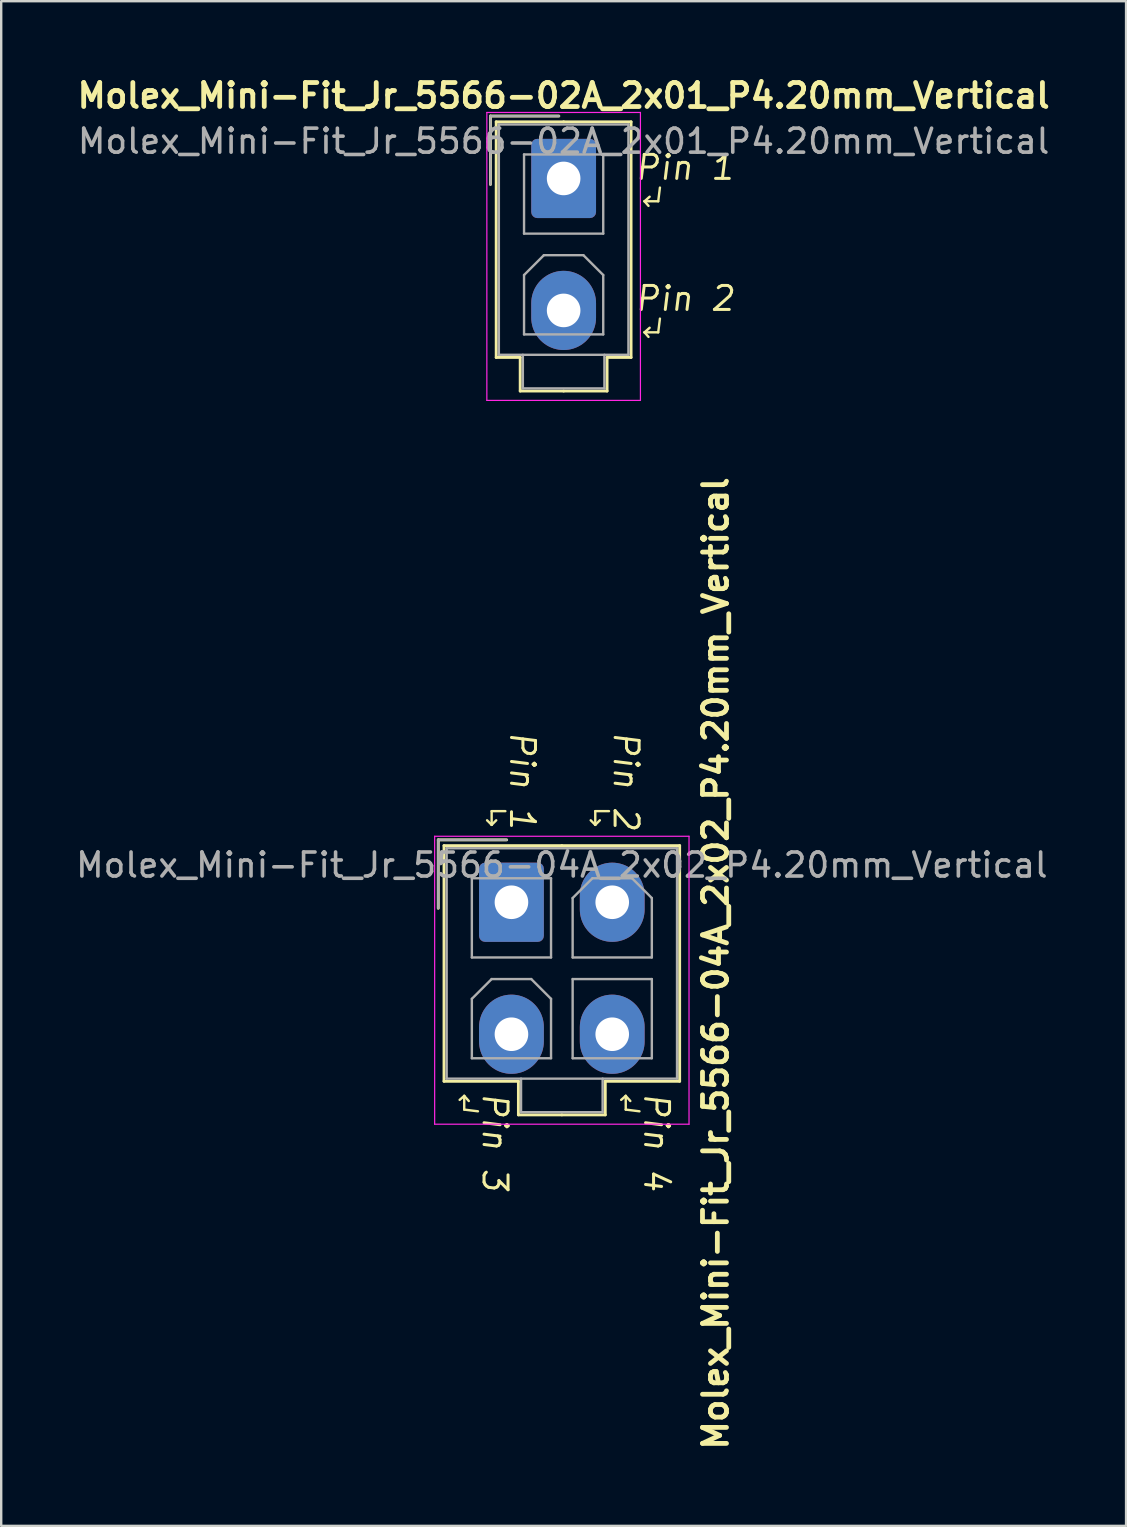
<source format=kicad_pcb>
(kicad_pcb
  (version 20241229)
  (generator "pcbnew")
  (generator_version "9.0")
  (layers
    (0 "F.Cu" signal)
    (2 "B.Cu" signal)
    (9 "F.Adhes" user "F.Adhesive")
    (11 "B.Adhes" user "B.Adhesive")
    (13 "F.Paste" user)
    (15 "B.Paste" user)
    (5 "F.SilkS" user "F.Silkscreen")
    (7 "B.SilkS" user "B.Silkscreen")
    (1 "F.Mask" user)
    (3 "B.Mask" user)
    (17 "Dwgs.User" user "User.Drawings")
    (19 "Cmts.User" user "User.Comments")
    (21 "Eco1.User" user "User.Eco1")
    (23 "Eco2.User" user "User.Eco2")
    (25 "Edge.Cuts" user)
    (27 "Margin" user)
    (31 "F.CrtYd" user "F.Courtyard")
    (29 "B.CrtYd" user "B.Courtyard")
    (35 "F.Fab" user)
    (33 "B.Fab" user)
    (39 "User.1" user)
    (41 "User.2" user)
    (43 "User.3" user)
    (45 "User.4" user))
  (footprint "Molex_Mini-Fit_Jr_5566-04A_2x02_P4.20mm_Vertical"
    (layer "F.Cu")
    (at 18.263 34.549)
    (property "Reference" "Molex_Mini-Fit_Jr_5566-04A_2x02_P4.20mm_Vertical" (at 8.509 2.55 270) (layer "F.SilkS") (effects (font (size 1 1) (thickness 0.2) (bold yes))))
    (attr through_hole)
    (fp_line (start -3.05 -2.6) (end -3.05 0.25) (stroke (width 0.12) (type solid)) (layer "F.SilkS"))
    (fp_line (start -2.81 -2.36) (end -2.81 7.46) (stroke (width 0.12) (type solid)) (layer "F.SilkS"))
    (fp_line (start -2.81 7.46) (end 0.29 7.46) (stroke (width 0.12) (type solid)) (layer "F.SilkS"))
    (fp_line (start -0.2 -2.6) (end -3.05 -2.6) (stroke (width 0.12) (type solid)) (layer "F.SilkS"))
    (fp_line (start 0.29 7.46) (end 0.29 8.86) (stroke (width 0.12) (type solid)) (layer "F.SilkS"))
    (fp_line (start 0.29 8.86) (end 2.1 8.86) (stroke (width 0.12) (type solid)) (layer "F.SilkS"))
    (fp_line (start 2.1 -2.36) (end -2.81 -2.36) (stroke (width 0.12) (type solid)) (layer "F.SilkS"))
    (fp_line (start 2.1 -2.36) (end 7.01 -2.36) (stroke (width 0.12) (type solid)) (layer "F.SilkS"))
    (fp_line (start 3.91 7.46) (end 3.91 8.86) (stroke (width 0.12) (type solid)) (layer "F.SilkS"))
    (fp_line (start 3.91 8.86) (end 2.1 8.86) (stroke (width 0.12) (type solid)) (layer "F.SilkS"))
    (fp_line (start 7.01 -2.36) (end 7.01 7.46) (stroke (width 0.12) (type solid)) (layer "F.SilkS"))
    (fp_line (start 7.01 7.46) (end 3.91 7.46) (stroke (width 0.12) (type solid)) (layer "F.SilkS"))
    (fp_line (start -3.2 -2.75) (end -3.2 9.25) (stroke (width 0.05) (type solid)) (layer "F.CrtYd"))
    (fp_line (start -3.2 9.25) (end 7.4 9.25) (stroke (width 0.05) (type solid)) (layer "F.CrtYd"))
    (fp_line (start 7.4 -2.75) (end -3.2 -2.75) (stroke (width 0.05) (type solid)) (layer "F.CrtYd"))
    (fp_line (start 7.4 9.25) (end 7.4 -2.75) (stroke (width 0.05) (type solid)) (layer "F.CrtYd"))
    (fp_line (start -3.05 -2.6) (end -3.05 0.25) (stroke (width 0.1) (type solid)) (layer "F.Fab"))
    (fp_line (start -2.7 -2.25) (end -2.7 7.35) (stroke (width 0.1) (type solid)) (layer "F.Fab"))
    (fp_line (start -2.7 7.35) (end 6.9 7.35) (stroke (width 0.1) (type solid)) (layer "F.Fab"))
    (fp_line (start -1.65 -1) (end -1.65 2.3) (stroke (width 0.1) (type solid)) (layer "F.Fab"))
    (fp_line (start -1.65 2.3) (end 1.65 2.3) (stroke (width 0.1) (type solid)) (layer "F.Fab"))
    (fp_line (start -1.65 4.025) (end -0.825 3.2) (stroke (width 0.1) (type solid)) (layer "F.Fab"))
    (fp_line (start -1.65 6.5) (end -1.65 4.025) (stroke (width 0.1) (type solid)) (layer "F.Fab"))
    (fp_line (start -0.825 3.2) (end 0.825 3.2) (stroke (width 0.1) (type solid)) (layer "F.Fab"))
    (fp_line (start -0.2 -2.6) (end -3.05 -2.6) (stroke (width 0.1) (type solid)) (layer "F.Fab"))
    (fp_line (start 0.4 7.35) (end 0.4 8.75) (stroke (width 0.1) (type solid)) (layer "F.Fab"))
    (fp_line (start 0.4 8.75) (end 3.8 8.75) (stroke (width 0.1) (type solid)) (layer "F.Fab"))
    (fp_line (start 0.825 3.2) (end 1.65 4.025) (stroke (width 0.1) (type solid)) (layer "F.Fab"))
    (fp_line (start 1.65 -1) (end -1.65 -1) (stroke (width 0.1) (type solid)) (layer "F.Fab"))
    (fp_line (start 1.65 2.3) (end 1.65 -1) (stroke (width 0.1) (type solid)) (layer "F.Fab"))
    (fp_line (start 1.65 4.025) (end 1.65 6.5) (stroke (width 0.1) (type solid)) (layer "F.Fab"))
    (fp_line (start 1.65 6.5) (end -1.65 6.5) (stroke (width 0.1) (type solid)) (layer "F.Fab"))
    (fp_line (start 2.55 -0.175) (end 3.375 -1) (stroke (width 0.1) (type solid)) (layer "F.Fab"))
    (fp_line (start 2.55 2.3) (end 2.55 -0.175) (stroke (width 0.1) (type solid)) (layer "F.Fab"))
    (fp_line (start 2.55 3.2) (end 2.55 6.5) (stroke (width 0.1) (type solid)) (layer "F.Fab"))
    (fp_line (start 2.55 6.5) (end 5.85 6.5) (stroke (width 0.1) (type solid)) (layer "F.Fab"))
    (fp_line (start 3.375 -1) (end 5.025 -1) (stroke (width 0.1) (type solid)) (layer "F.Fab"))
    (fp_line (start 3.8 8.75) (end 3.8 7.35) (stroke (width 0.1) (type solid)) (layer "F.Fab"))
    (fp_line (start 5.025 -1) (end 5.85 -0.175) (stroke (width 0.1) (type solid)) (layer "F.Fab"))
    (fp_line (start 5.85 -0.175) (end 5.85 2.3) (stroke (width 0.1) (type solid)) (layer "F.Fab"))
    (fp_line (start 5.85 2.3) (end 2.55 2.3) (stroke (width 0.1) (type solid)) (layer "F.Fab"))
    (fp_line (start 5.85 3.2) (end 2.55 3.2) (stroke (width 0.1) (type solid)) (layer "F.Fab"))
    (fp_line (start 5.85 6.5) (end 5.85 3.2) (stroke (width 0.1) (type solid)) (layer "F.Fab"))
    (fp_line (start 6.9 -2.25) (end -2.7 -2.25) (stroke (width 0.1) (type solid)) (layer "F.Fab"))
    (fp_line (start 6.9 7.35) (end 6.9 -2.25) (stroke (width 0.1) (type solid)) (layer "F.Fab"))
    (fp_text user "Pin 1" (at -0.127 -2.921 270) (unlocked yes) (layer "F.SilkS") (effects (font (size 1 1) (thickness 0.125) (italic yes)) (justify right bottom)))
    (fp_text user "↲" (at -2.286 7.747 270) (unlocked yes) (layer "F.SilkS") (effects (font (size 1 1) (thickness 0.1) (italic yes)) (justify left bottom)))
    (fp_text user "↳" (at -1.143 -2.921 270) (unlocked yes) (layer "F.SilkS") (effects (font (size 1 1) (thickness 0.1)) (justify right bottom)))
    (fp_text user "↳" (at 3.175 -2.921 270) (unlocked yes) (layer "F.SilkS") (effects (font (size 1 1) (thickness 0.1)) (justify right bottom)))
    (fp_text user "Pin 3" (at -1.271 7.874 270) (unlocked yes) (layer "F.SilkS") (effects (font (size 1 1) (thickness 0.125) (italic yes)) (justify left bottom)))
    (fp_text user "↲" (at 4.445 7.747 270) (unlocked yes) (layer "F.SilkS") (effects (font (size 1 1) (thickness 0.1) (italic yes)) (justify left bottom)))
    (fp_text user "Pin 4" (at 5.46 7.874 270) (unlocked yes) (layer "F.SilkS") (effects (font (size 1 1) (thickness 0.125) (italic yes)) (justify left bottom)))
    (fp_text user "Pin 2" (at 4.191 -2.921 270) (unlocked yes) (layer "F.SilkS") (effects (font (size 1 1) (thickness 0.125) (italic yes)) (justify right bottom)))
    (fp_text user "${REFERENCE}" (at 2.1 -1.55 0) (layer "F.Fab") (effects (font (size 1 1) (thickness 0.15))))
    (pad "1" thru_hole roundrect (at 0 0) (size 2.7 3.3) (drill 1.4) (layers "*.Cu" "*.Mask") (roundrect_rratio 0.093))
    (pad "2" thru_hole oval (at 4.2 0) (size 2.7 3.3) (drill 1.4) (layers "*.Cu" "*.Mask"))
    (pad "3" thru_hole oval (at 0 5.5) (size 2.7 3.3) (drill 1.4) (layers "*.Cu" "*.Mask"))
    (pad "4" thru_hole oval (at 4.2 5.5) (size 2.7 3.3) (drill 1.4) (layers "*.Cu" "*.Mask")))
  (footprint "Molex_Mini-Fit_Jr_5566-02A_2x01_P4.20mm_Vertical"
    (layer "F.Cu")
    (at 20.438 4.386)
    (property "Reference" "Molex_Mini-Fit_Jr_5566-02A_2x01_P4.20mm_Vertical" (at 0 -3.45 0) (layer "F.SilkS") (effects (font (size 1 1) (thickness 0.2) (bold yes))))
    (attr through_hole)
    (fp_line (start -3.05 -2.6) (end -3.05 0.25) (stroke (width 0.12) (type solid)) (layer "F.SilkS"))
    (fp_line (start -2.81 -2.36) (end -2.81 7.46) (stroke (width 0.12) (type solid)) (layer "F.SilkS"))
    (fp_line (start -2.81 7.46) (end -1.81 7.46) (stroke (width 0.12) (type solid)) (layer "F.SilkS"))
    (fp_line (start -1.81 7.46) (end -1.81 8.86) (stroke (width 0.12) (type solid)) (layer "F.SilkS"))
    (fp_line (start -1.81 8.86) (end 0 8.86) (stroke (width 0.12) (type solid)) (layer "F.SilkS"))
    (fp_line (start -0.2 -2.6) (end -3.05 -2.6) (stroke (width 0.12) (type solid)) (layer "F.SilkS"))
    (fp_line (start 0 -2.36) (end -2.81 -2.36) (stroke (width 0.12) (type solid)) (layer "F.SilkS"))
    (fp_line (start 0 -2.36) (end 2.81 -2.36) (stroke (width 0.12) (type solid)) (layer "F.SilkS"))
    (fp_line (start 1.81 7.46) (end 1.81 8.86) (stroke (width 0.12) (type solid)) (layer "F.SilkS"))
    (fp_line (start 1.81 8.86) (end 0 8.86) (stroke (width 0.12) (type solid)) (layer "F.SilkS"))
    (fp_line (start 2.81 -2.36) (end 2.81 7.46) (stroke (width 0.12) (type solid)) (layer "F.SilkS"))
    (fp_line (start 2.81 7.46) (end 1.81 7.46) (stroke (width 0.12) (type solid)) (layer "F.SilkS"))
    (fp_line (start -3.2 -2.75) (end -3.2 9.25) (stroke (width 0.05) (type solid)) (layer "F.CrtYd"))
    (fp_line (start -3.2 9.25) (end 3.2 9.25) (stroke (width 0.05) (type solid)) (layer "F.CrtYd"))
    (fp_line (start 3.2 -2.75) (end -3.2 -2.75) (stroke (width 0.05) (type solid)) (layer "F.CrtYd"))
    (fp_line (start 3.2 9.25) (end 3.2 -2.75) (stroke (width 0.05) (type solid)) (layer "F.CrtYd"))
    (fp_line (start -3.05 -2.6) (end -3.05 0.25) (stroke (width 0.1) (type solid)) (layer "F.Fab"))
    (fp_line (start -2.7 -2.25) (end -2.7 7.35) (stroke (width 0.1) (type solid)) (layer "F.Fab"))
    (fp_line (start -2.7 7.35) (end 2.7 7.35) (stroke (width 0.1) (type solid)) (layer "F.Fab"))
    (fp_line (start -1.7 7.35) (end -1.7 8.75) (stroke (width 0.1) (type solid)) (layer "F.Fab"))
    (fp_line (start -1.7 8.75) (end 1.7 8.75) (stroke (width 0.1) (type solid)) (layer "F.Fab"))
    (fp_line (start -1.65 -1) (end -1.65 2.3) (stroke (width 0.1) (type solid)) (layer "F.Fab"))
    (fp_line (start -1.65 2.3) (end 1.65 2.3) (stroke (width 0.1) (type solid)) (layer "F.Fab"))
    (fp_line (start -1.65 4.025) (end -0.825 3.2) (stroke (width 0.1) (type solid)) (layer "F.Fab"))
    (fp_line (start -1.65 6.5) (end -1.65 4.025) (stroke (width 0.1) (type solid)) (layer "F.Fab"))
    (fp_line (start -0.825 3.2) (end 0.825 3.2) (stroke (width 0.1) (type solid)) (layer "F.Fab"))
    (fp_line (start -0.2 -2.6) (end -3.05 -2.6) (stroke (width 0.1) (type solid)) (layer "F.Fab"))
    (fp_line (start 0.825 3.2) (end 1.65 4.025) (stroke (width 0.1) (type solid)) (layer "F.Fab"))
    (fp_line (start 1.65 -1) (end -1.65 -1) (stroke (width 0.1) (type solid)) (layer "F.Fab"))
    (fp_line (start 1.65 2.3) (end 1.65 -1) (stroke (width 0.1) (type solid)) (layer "F.Fab"))
    (fp_line (start 1.65 4.025) (end 1.65 6.5) (stroke (width 0.1) (type solid)) (layer "F.Fab"))
    (fp_line (start 1.65 6.5) (end -1.65 6.5) (stroke (width 0.1) (type solid)) (layer "F.Fab"))
    (fp_line (start 1.7 8.75) (end 1.7 7.35) (stroke (width 0.1) (type solid)) (layer "F.Fab"))
    (fp_line (start 2.7 -2.25) (end -2.7 -2.25) (stroke (width 0.1) (type solid)) (layer "F.Fab"))
    (fp_line (start 2.7 7.35) (end 2.7 -2.25) (stroke (width 0.1) (type solid)) (layer "F.Fab"))
    (fp_text user "Pin 2" (at 2.921 5.588 0) (unlocked yes) (layer "F.SilkS") (effects (font (size 1 1) (thickness 0.125) (italic yes)) (justify left bottom)))
    (fp_text user "Pin 1" (at 2.921 0.127 0) (unlocked yes) (layer "F.SilkS") (effects (font (size 1 1) (thickness 0.125) (italic yes)) (justify left bottom)))
    (fp_text user "↲" (at 3.048 6.731 0) (unlocked yes) (layer "F.SilkS") (effects (font (size 1 1) (thickness 0.1) (italic yes)) (justify left bottom)))
    (fp_text user "↲" (at 3.048 1.27 0) (unlocked yes) (layer "F.SilkS") (effects (font (size 1 1) (thickness 0.1) (italic yes)) (justify left bottom)))
    (fp_text user "${REFERENCE}" (at 0 -1.55 0) (layer "F.Fab") (effects (font (size 1 1) (thickness 0.15))))
    (pad "1" thru_hole roundrect (at 0 0) (size 2.7 3.3) (drill 1.4) (layers "*.Cu" "*.Mask") (roundrect_rratio 0.093))
    (pad "2" thru_hole oval (at 0 5.5) (size 2.7 3.3) (drill 1.4) (layers "*.Cu" "*.Mask")))
  (gr_rect
    (start -3 -3)
    (end 43.876 60.537)
    (stroke (width 0.1) (type default))
    (fill no)
    (layer "Edge.Cuts")))
</source>
